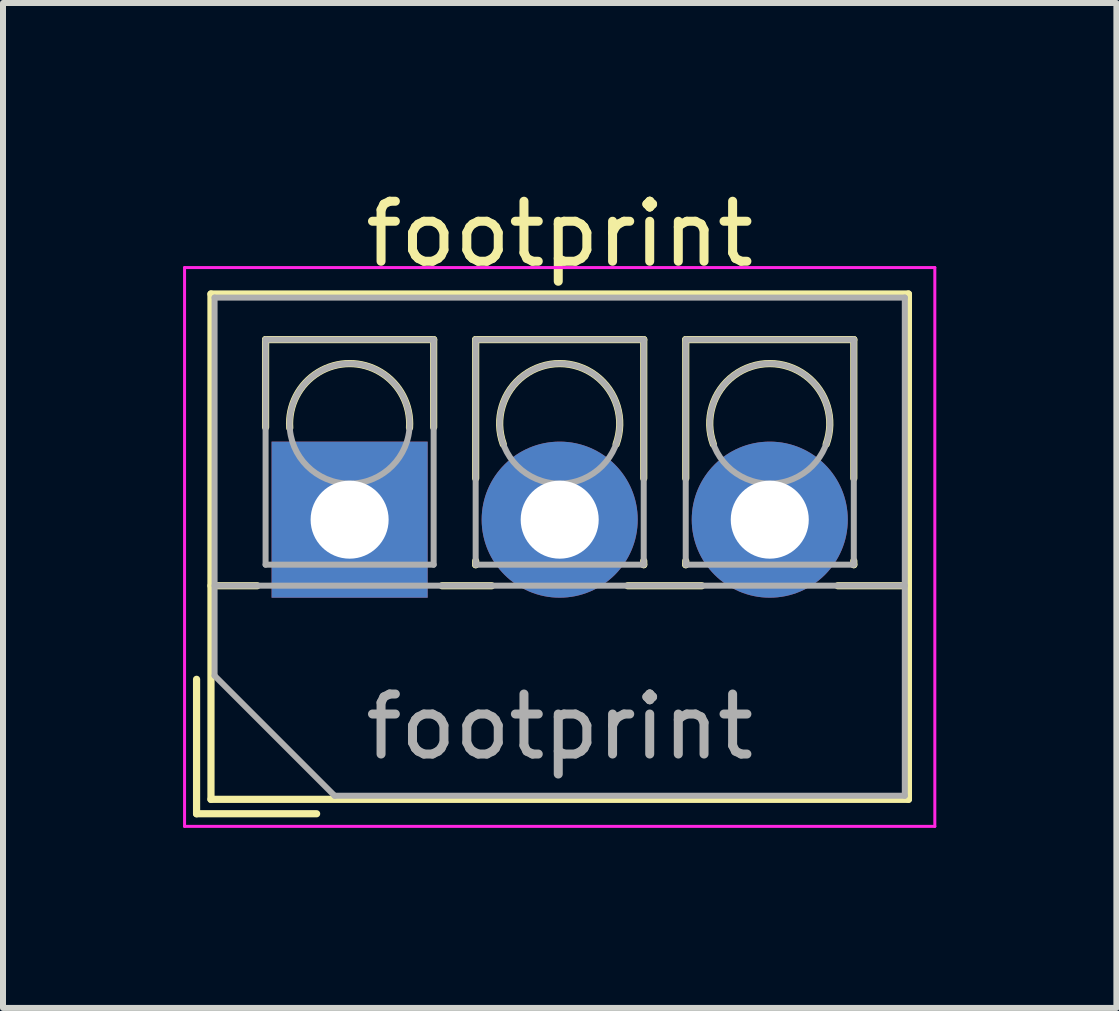
<source format=kicad_pcb>
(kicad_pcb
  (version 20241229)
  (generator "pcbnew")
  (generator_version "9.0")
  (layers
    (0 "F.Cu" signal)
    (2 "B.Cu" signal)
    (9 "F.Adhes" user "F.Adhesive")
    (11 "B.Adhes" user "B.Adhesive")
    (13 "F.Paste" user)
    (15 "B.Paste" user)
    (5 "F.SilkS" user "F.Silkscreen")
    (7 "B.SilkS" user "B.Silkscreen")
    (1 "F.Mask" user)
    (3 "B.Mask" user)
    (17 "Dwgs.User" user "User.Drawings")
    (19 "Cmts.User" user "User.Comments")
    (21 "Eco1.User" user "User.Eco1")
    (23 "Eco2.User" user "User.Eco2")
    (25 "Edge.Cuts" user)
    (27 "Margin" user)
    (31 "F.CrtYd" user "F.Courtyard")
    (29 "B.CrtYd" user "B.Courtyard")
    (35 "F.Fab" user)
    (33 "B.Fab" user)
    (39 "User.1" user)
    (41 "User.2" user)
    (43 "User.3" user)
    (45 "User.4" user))
  (footprint "footprint"
    (layer "F.Cu")
    (at 2.775 5.608)
    (property "Reference" "footprint" (at 3.5 -4.76 0) (layer "F.SilkS") (effects (font (size 1 1) (thickness 0.15))))
    (attr through_hole)
    (fp_line (start -2.55 2.66) (end -2.55 4.9) (stroke (width 0.12) (type solid)) (layer "F.SilkS"))
    (fp_line (start -2.55 4.9) (end -0.55 4.9) (stroke (width 0.12) (type solid)) (layer "F.SilkS"))
    (fp_line (start -2.31 -3.76) (end -2.31 4.66) (stroke (width 0.12) (type solid)) (layer "F.SilkS"))
    (fp_line (start -2.31 -3.76) (end 9.31 -3.76) (stroke (width 0.12) (type solid)) (layer "F.SilkS"))
    (fp_line (start -2.31 1.101) (end -1.54 1.101) (stroke (width 0.12) (type solid)) (layer "F.SilkS"))
    (fp_line (start -2.31 4.66) (end 9.31 4.66) (stroke (width 0.12) (type solid)) (layer "F.SilkS"))
    (fp_line (start -1.4 -3) (end -1.4 -1.54) (stroke (width 0.12) (type solid)) (layer "F.SilkS"))
    (fp_line (start -1.4 -3) (end 1.4 -3) (stroke (width 0.12) (type solid)) (layer "F.SilkS"))
    (fp_line (start 1.4 -3) (end 1.4 -1.54) (stroke (width 0.12) (type solid)) (layer "F.SilkS"))
    (fp_line (start 1.54 1.101) (end 2.367 1.101) (stroke (width 0.12) (type solid)) (layer "F.SilkS"))
    (fp_line (start 2.1 -3) (end 2.1 -0.689) (stroke (width 0.12) (type solid)) (layer "F.SilkS"))
    (fp_line (start 2.1 -3) (end 4.9 -3) (stroke (width 0.12) (type solid)) (layer "F.SilkS"))
    (fp_line (start 2.1 0.689) (end 2.1 0.75) (stroke (width 0.12) (type solid)) (layer "F.SilkS"))
    (fp_line (start 2.1 0.75) (end 2.101 0.75) (stroke (width 0.12) (type solid)) (layer "F.SilkS"))
    (fp_line (start 4.634 1.101) (end 5.867 1.101) (stroke (width 0.12) (type solid)) (layer "F.SilkS"))
    (fp_line (start 4.9 -3) (end 4.9 -0.689) (stroke (width 0.12) (type solid)) (layer "F.SilkS"))
    (fp_line (start 4.9 0.689) (end 4.9 0.75) (stroke (width 0.12) (type solid)) (layer "F.SilkS"))
    (fp_line (start 4.9 0.75) (end 4.9 0.75) (stroke (width 0.12) (type solid)) (layer "F.SilkS"))
    (fp_line (start 5.6 -3) (end 5.6 -0.689) (stroke (width 0.12) (type solid)) (layer "F.SilkS"))
    (fp_line (start 5.6 -3) (end 8.4 -3) (stroke (width 0.12) (type solid)) (layer "F.SilkS"))
    (fp_line (start 5.6 0.689) (end 5.6 0.75) (stroke (width 0.12) (type solid)) (layer "F.SilkS"))
    (fp_line (start 5.6 0.75) (end 5.601 0.75) (stroke (width 0.12) (type solid)) (layer "F.SilkS"))
    (fp_line (start 8.134 1.101) (end 9.31 1.101) (stroke (width 0.12) (type solid)) (layer "F.SilkS"))
    (fp_line (start 8.4 -3) (end 8.4 -0.689) (stroke (width 0.12) (type solid)) (layer "F.SilkS"))
    (fp_line (start 8.4 0.689) (end 8.4 0.75) (stroke (width 0.12) (type solid)) (layer "F.SilkS"))
    (fp_line (start 8.4 0.75) (end 8.4 0.75) (stroke (width 0.12) (type solid)) (layer "F.SilkS"))
    (fp_line (start 9.31 -3.76) (end 9.31 4.66) (stroke (width 0.12) (type solid)) (layer "F.SilkS"))
    (fp_arc (start -0.99789 -1.529434) (mid -0.000785 -2.600382) (end 0.998 -1.531) (stroke (width 0.12) (type solid)) (layer "F.SilkS"))
    (fp_arc (start 2.560085 -1.257767) (mid 3.499876 -2.600282) (end 4.44 -1.258) (stroke (width 0.12) (type solid)) (layer "F.SilkS"))
    (fp_arc (start 6.060085 -1.257767) (mid 6.999876 -2.600282) (end 7.94 -1.258) (stroke (width 0.12) (type solid)) (layer "F.SilkS"))
    (fp_line (start -2.75 -4.2) (end -2.75 5.11) (stroke (width 0.05) (type solid)) (layer "F.CrtYd"))
    (fp_line (start -2.75 5.11) (end 9.75 5.11) (stroke (width 0.05) (type solid)) (layer "F.CrtYd"))
    (fp_line (start 9.75 -4.2) (end -2.75 -4.2) (stroke (width 0.05) (type solid)) (layer "F.CrtYd"))
    (fp_line (start 9.75 5.11) (end 9.75 -4.2) (stroke (width 0.05) (type solid)) (layer "F.CrtYd"))
    (fp_line (start -2.25 -3.7) (end 9.25 -3.7) (stroke (width 0.1) (type solid)) (layer "F.Fab"))
    (fp_line (start -2.25 1.1) (end 9.25 1.1) (stroke (width 0.1) (type solid)) (layer "F.Fab"))
    (fp_line (start -2.25 2.6) (end -2.25 -3.7) (stroke (width 0.1) (type solid)) (layer "F.Fab"))
    (fp_line (start -1.4 -3) (end -1.4 0.75) (stroke (width 0.1) (type solid)) (layer "F.Fab"))
    (fp_line (start -1.4 0.75) (end 1.4 0.75) (stroke (width 0.1) (type solid)) (layer "F.Fab"))
    (fp_line (start -0.25 4.6) (end -2.25 2.6) (stroke (width 0.1) (type solid)) (layer "F.Fab"))
    (fp_line (start 1.4 -3) (end -1.4 -3) (stroke (width 0.1) (type solid)) (layer "F.Fab"))
    (fp_line (start 1.4 0.75) (end 1.4 -3) (stroke (width 0.1) (type solid)) (layer "F.Fab"))
    (fp_line (start 2.1 -3) (end 2.1 0.75) (stroke (width 0.1) (type solid)) (layer "F.Fab"))
    (fp_line (start 2.1 0.75) (end 4.9 0.75) (stroke (width 0.1) (type solid)) (layer "F.Fab"))
    (fp_line (start 4.9 -3) (end 2.1 -3) (stroke (width 0.1) (type solid)) (layer "F.Fab"))
    (fp_line (start 4.9 0.75) (end 4.9 -3) (stroke (width 0.1) (type solid)) (layer "F.Fab"))
    (fp_line (start 5.6 -3) (end 5.6 0.75) (stroke (width 0.1) (type solid)) (layer "F.Fab"))
    (fp_line (start 5.6 0.75) (end 8.4 0.75) (stroke (width 0.1) (type solid)) (layer "F.Fab"))
    (fp_line (start 8.4 -3) (end 5.6 -3) (stroke (width 0.1) (type solid)) (layer "F.Fab"))
    (fp_line (start 8.4 0.75) (end 8.4 -3) (stroke (width 0.1) (type solid)) (layer "F.Fab"))
    (fp_line (start 9.25 -3.7) (end 9.25 4.6) (stroke (width 0.1) (type solid)) (layer "F.Fab"))
    (fp_line (start 9.25 4.6) (end -0.25 4.6) (stroke (width 0.1) (type solid)) (layer "F.Fab"))
    (fp_circle (center 0 -1.6) (end 1 -1.6) (stroke (width 0.1) (type solid)) (fill no) (layer "F.Fab"))
    (fp_circle (center 3.5 -1.6) (end 4.5 -1.6) (stroke (width 0.1) (type solid)) (fill no) (layer "F.Fab"))
    (fp_circle (center 7 -1.6) (end 8 -1.6) (stroke (width 0.1) (type solid)) (fill no) (layer "F.Fab"))
    (fp_text user "${REFERENCE}" (at 3.5 3.45 0) (layer "F.Fab") (effects (font (size 1 1) (thickness 0.15))))
    (pad "1" thru_hole rect (at 0 0) (size 2.6 2.6) (drill 1.3) (layers "*.Cu" "*.Mask"))
    (pad "2" thru_hole circle (at 3.5 0) (size 2.6 2.6) (drill 1.3) (layers "*.Cu" "*.Mask"))
    (pad "3" thru_hole circle (at 7 0) (size 2.6 2.6) (drill 1.3) (layers "*.Cu" "*.Mask")))
  (gr_rect
    (start -3 -3)
    (end 15.55 13.743)
    (stroke (width 0.1) (type default))
    (fill no)
    (layer "Edge.Cuts")))
</source>
